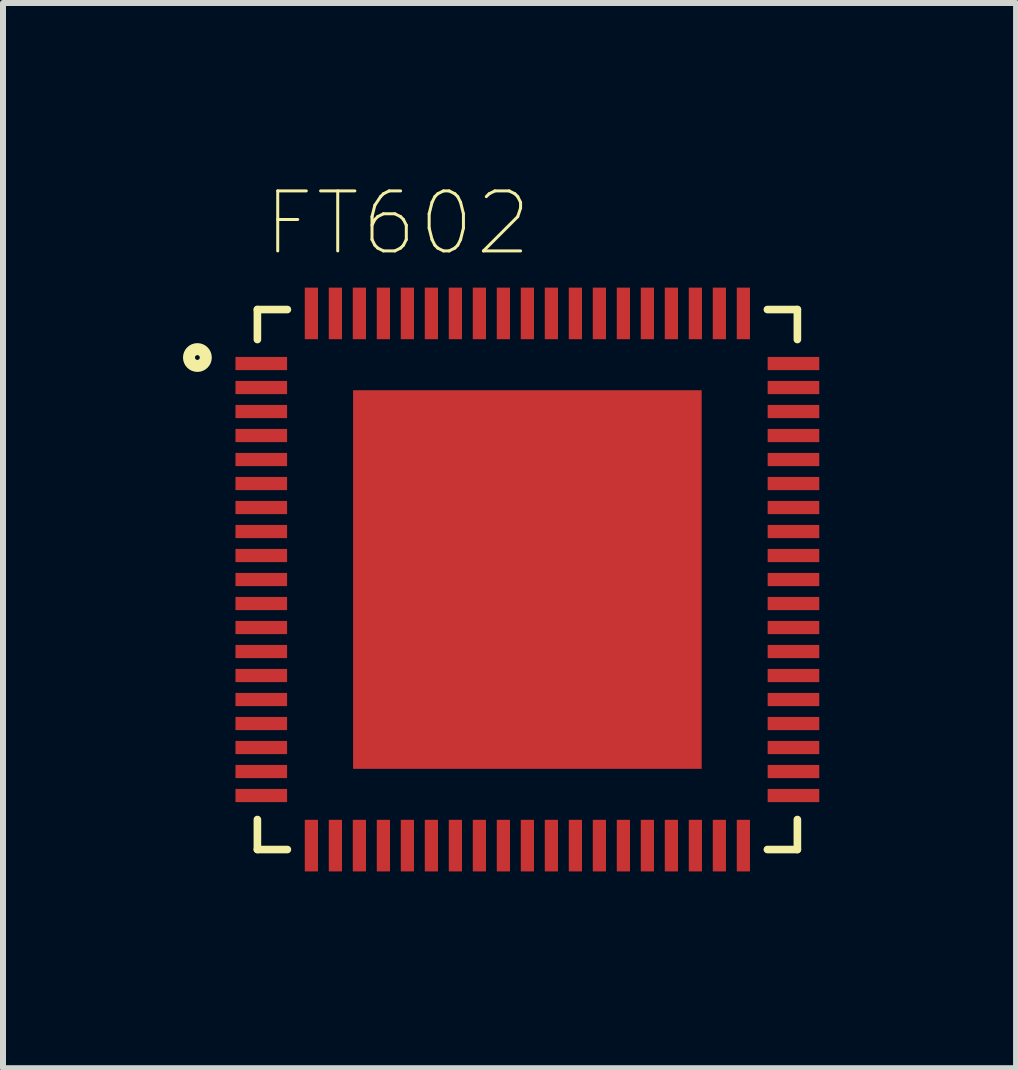
<source format=kicad_pcb>
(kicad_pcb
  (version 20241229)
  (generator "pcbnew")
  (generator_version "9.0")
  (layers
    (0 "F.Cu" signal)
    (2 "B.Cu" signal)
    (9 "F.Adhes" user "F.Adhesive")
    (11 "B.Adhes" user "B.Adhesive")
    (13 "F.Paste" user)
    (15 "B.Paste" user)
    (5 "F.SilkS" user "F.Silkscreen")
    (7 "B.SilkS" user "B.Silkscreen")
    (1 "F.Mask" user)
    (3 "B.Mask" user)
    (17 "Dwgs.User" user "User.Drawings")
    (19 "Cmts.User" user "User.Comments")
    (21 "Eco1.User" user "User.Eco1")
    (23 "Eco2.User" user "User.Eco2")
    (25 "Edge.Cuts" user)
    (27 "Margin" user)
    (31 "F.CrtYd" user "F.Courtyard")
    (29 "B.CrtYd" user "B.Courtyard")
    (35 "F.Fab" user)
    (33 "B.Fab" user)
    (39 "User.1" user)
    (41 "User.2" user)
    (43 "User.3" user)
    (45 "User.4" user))
  (footprint "FT602"
    (layer "F.Cu")
    (at 5.74 6.609)
    (property "Reference" "FT602" (at -2.161 -5.937 0) (layer "F.SilkS") (effects (font (size 1 1) (thickness 0.05))))
    (attr smd)
    (fp_line (start -4.5 -4.5) (end -4.5 -4) (stroke (width 0.127) (type solid)) (layer "F.SilkS"))
    (fp_line (start -4.5 4) (end -4.5 4.5) (stroke (width 0.127) (type solid)) (layer "F.SilkS"))
    (fp_line (start -4.5 4.5) (end -4 4.5) (stroke (width 0.127) (type solid)) (layer "F.SilkS"))
    (fp_line (start -4 -4.5) (end -4.5 -4.5) (stroke (width 0.127) (type solid)) (layer "F.SilkS"))
    (fp_line (start 4 -4.5) (end 4.5 -4.5) (stroke (width 0.127) (type solid)) (layer "F.SilkS"))
    (fp_line (start 4.5 -4.5) (end 4.5 -4) (stroke (width 0.127) (type solid)) (layer "F.SilkS"))
    (fp_line (start 4.5 4) (end 4.5 4.5) (stroke (width 0.127) (type solid)) (layer "F.SilkS"))
    (fp_line (start 4.5 4.5) (end 4 4.5) (stroke (width 0.127) (type solid)) (layer "F.SilkS"))
    (fp_circle (center -5.5 -3.7) (end -5.36 -3.7) (stroke (width 0.2) (type solid)) (fill no) (layer "F.SilkS"))
    (fp_poly (pts (xy -2.62 -2.855) (xy -1.265 -2.855) (xy -1.265 -1.348) (xy -2.62 -1.348)) (stroke (width 0) (type solid)) (fill yes) (layer "F.Paste"))
    (fp_poly (pts (xy -2.619 -0.755) (xy -1.265 -0.755) (xy -1.265 0.756) (xy -2.619 0.756)) (stroke (width 0) (type solid)) (fill yes) (layer "F.Paste"))
    (fp_poly (pts (xy -2.618 1.345) (xy -1.265 1.345) (xy -1.265 2.858) (xy -2.618 2.858)) (stroke (width 0) (type solid)) (fill yes) (layer "F.Paste"))
    (fp_poly (pts (xy -0.676 -0.755) (xy 0.675 -0.755) (xy 0.675 0.756) (xy -0.676 0.756)) (stroke (width 0) (type solid)) (fill yes) (layer "F.Paste"))
    (fp_poly (pts (xy -0.676 -2.855) (xy 0.675 -2.855) (xy 0.675 -1.347) (xy -0.676 -1.347)) (stroke (width 0) (type solid)) (fill yes) (layer "F.Paste"))
    (fp_poly (pts (xy -0.675 1.345) (xy 0.675 1.345) (xy 0.675 2.857) (xy -0.675 2.857)) (stroke (width 0) (type solid)) (fill yes) (layer "F.Paste"))
    (fp_poly (pts (xy 1.266 -0.755) (xy 2.615 -0.755) (xy 2.615 0.755) (xy 1.266 0.755)) (stroke (width 0) (type solid)) (fill yes) (layer "F.Paste"))
    (fp_poly (pts (xy 1.266 1.345) (xy 2.615 1.345) (xy 2.615 2.858) (xy 1.266 2.858)) (stroke (width 0) (type solid)) (fill yes) (layer "F.Paste"))
    (fp_poly (pts (xy 1.267 -2.855) (xy 2.615 -2.855) (xy 2.615 -1.347) (xy 1.267 -1.347)) (stroke (width 0) (type solid)) (fill yes) (layer "F.Paste"))
    (fp_line (start -5.12 -5.12) (end 5.12 -5.12) (stroke (width 0.05) (type solid)) (layer "Eco1.User"))
    (fp_line (start -5.12 5.12) (end -5.12 -5.12) (stroke (width 0.05) (type solid)) (layer "Eco1.User"))
    (fp_line (start 5.12 -5.12) (end 5.12 5.12) (stroke (width 0.05) (type solid)) (layer "Eco1.User"))
    (fp_line (start 5.12 5.12) (end -5.12 5.12) (stroke (width 0.05) (type solid)) (layer "Eco1.User"))
    (fp_line (start -4.5 -4.5) (end 4.5 -4.5) (stroke (width 0.127) (type solid)) (layer "Eco2.User"))
    (fp_line (start -4.5 4.5) (end -4.5 -4.5) (stroke (width 0.127) (type solid)) (layer "Eco2.User"))
    (fp_line (start 4.5 -4.5) (end 4.5 4.5) (stroke (width 0.127) (type solid)) (layer "Eco2.User"))
    (fp_line (start 4.5 4.5) (end -4.5 4.5) (stroke (width 0.127) (type solid)) (layer "Eco2.User"))
    (pad "1" smd rect (at -4.435 -3.6) (size 0.86 0.22) (layers "F.Cu" "F.Mask" "F.Paste"))
    (pad "2" smd rect (at -4.435 -3.2) (size 0.86 0.22) (layers "F.Cu" "F.Mask" "F.Paste"))
    (pad "3" smd rect (at -4.435 -2.8) (size 0.86 0.22) (layers "F.Cu" "F.Mask" "F.Paste"))
    (pad "4" smd rect (at -4.435 -2.4) (size 0.86 0.22) (layers "F.Cu" "F.Mask" "F.Paste"))
    (pad "5" smd rect (at -4.435 -2) (size 0.86 0.22) (layers "F.Cu" "F.Mask" "F.Paste"))
    (pad "6" smd rect (at -4.435 -1.6) (size 0.86 0.22) (layers "F.Cu" "F.Mask" "F.Paste"))
    (pad "7" smd rect (at -4.435 -1.2) (size 0.86 0.22) (layers "F.Cu" "F.Mask" "F.Paste"))
    (pad "8" smd rect (at -4.435 -0.8) (size 0.86 0.22) (layers "F.Cu" "F.Mask" "F.Paste"))
    (pad "9" smd rect (at -4.435 -0.4) (size 0.86 0.22) (layers "F.Cu" "F.Mask" "F.Paste"))
    (pad "10" smd rect (at -4.435 0) (size 0.86 0.22) (layers "F.Cu" "F.Mask" "F.Paste"))
    (pad "11" smd rect (at -4.435 0.4) (size 0.86 0.22) (layers "F.Cu" "F.Mask" "F.Paste"))
    (pad "12" smd rect (at -4.435 0.8) (size 0.86 0.22) (layers "F.Cu" "F.Mask" "F.Paste"))
    (pad "13" smd rect (at -4.435 1.2) (size 0.86 0.22) (layers "F.Cu" "F.Mask" "F.Paste"))
    (pad "14" smd rect (at -4.435 1.6) (size 0.86 0.22) (layers "F.Cu" "F.Mask" "F.Paste"))
    (pad "15" smd rect (at -4.435 2) (size 0.86 0.22) (layers "F.Cu" "F.Mask" "F.Paste"))
    (pad "16" smd rect (at -4.435 2.4) (size 0.86 0.22) (layers "F.Cu" "F.Mask" "F.Paste"))
    (pad "17" smd rect (at -4.435 2.8) (size 0.86 0.22) (layers "F.Cu" "F.Mask" "F.Paste"))
    (pad "18" smd rect (at -4.435 3.2) (size 0.86 0.22) (layers "F.Cu" "F.Mask" "F.Paste"))
    (pad "19" smd rect (at -4.435 3.6) (size 0.86 0.22) (layers "F.Cu" "F.Mask" "F.Paste"))
    (pad "20" smd rect (at -3.6 4.435 90) (size 0.86 0.22) (layers "F.Cu" "F.Mask" "F.Paste"))
    (pad "21" smd rect (at -3.2 4.435 90) (size 0.86 0.22) (layers "F.Cu" "F.Mask" "F.Paste"))
    (pad "22" smd rect (at -2.8 4.435 90) (size 0.86 0.22) (layers "F.Cu" "F.Mask" "F.Paste"))
    (pad "23" smd rect (at -2.4 4.435 90) (size 0.86 0.22) (layers "F.Cu" "F.Mask" "F.Paste"))
    (pad "24" smd rect (at -2 4.435 90) (size 0.86 0.22) (layers "F.Cu" "F.Mask" "F.Paste"))
    (pad "25" smd rect (at -1.6 4.435 90) (size 0.86 0.22) (layers "F.Cu" "F.Mask" "F.Paste"))
    (pad "26" smd rect (at -1.2 4.435 90) (size 0.86 0.22) (layers "F.Cu" "F.Mask" "F.Paste"))
    (pad "27" smd rect (at -0.8 4.435 90) (size 0.86 0.22) (layers "F.Cu" "F.Mask" "F.Paste"))
    (pad "28" smd rect (at -0.4 4.435 90) (size 0.86 0.22) (layers "F.Cu" "F.Mask" "F.Paste"))
    (pad "29" smd rect (at 0 4.435 90) (size 0.86 0.22) (layers "F.Cu" "F.Mask" "F.Paste"))
    (pad "30" smd rect (at 0.4 4.435 90) (size 0.86 0.22) (layers "F.Cu" "F.Mask" "F.Paste"))
    (pad "31" smd rect (at 0.8 4.435 90) (size 0.86 0.22) (layers "F.Cu" "F.Mask" "F.Paste"))
    (pad "32" smd rect (at 1.2 4.435 90) (size 0.86 0.22) (layers "F.Cu" "F.Mask" "F.Paste"))
    (pad "33" smd rect (at 1.6 4.435 90) (size 0.86 0.22) (layers "F.Cu" "F.Mask" "F.Paste"))
    (pad "34" smd rect (at 2 4.435 90) (size 0.86 0.22) (layers "F.Cu" "F.Mask" "F.Paste"))
    (pad "35" smd rect (at 2.4 4.435 90) (size 0.86 0.22) (layers "F.Cu" "F.Mask" "F.Paste"))
    (pad "36" smd rect (at 2.8 4.435 90) (size 0.86 0.22) (layers "F.Cu" "F.Mask" "F.Paste"))
    (pad "37" smd rect (at 3.2 4.435 90) (size 0.86 0.22) (layers "F.Cu" "F.Mask" "F.Paste"))
    (pad "38" smd rect (at 3.6 4.435 90) (size 0.86 0.22) (layers "F.Cu" "F.Mask" "F.Paste"))
    (pad "39" smd rect (at 4.435 3.6 180) (size 0.86 0.22) (layers "F.Cu" "F.Mask" "F.Paste"))
    (pad "40" smd rect (at 4.435 3.2 180) (size 0.86 0.22) (layers "F.Cu" "F.Mask" "F.Paste"))
    (pad "41" smd rect (at 4.435 2.8 180) (size 0.86 0.22) (layers "F.Cu" "F.Mask" "F.Paste"))
    (pad "42" smd rect (at 4.435 2.4 180) (size 0.86 0.22) (layers "F.Cu" "F.Mask" "F.Paste"))
    (pad "43" smd rect (at 4.435 2 180) (size 0.86 0.22) (layers "F.Cu" "F.Mask" "F.Paste"))
    (pad "44" smd rect (at 4.435 1.6 180) (size 0.86 0.22) (layers "F.Cu" "F.Mask" "F.Paste"))
    (pad "45" smd rect (at 4.435 1.2 180) (size 0.86 0.22) (layers "F.Cu" "F.Mask" "F.Paste"))
    (pad "46" smd rect (at 4.435 0.8 180) (size 0.86 0.22) (layers "F.Cu" "F.Mask" "F.Paste"))
    (pad "47" smd rect (at 4.435 0.4 180) (size 0.86 0.22) (layers "F.Cu" "F.Mask" "F.Paste"))
    (pad "48" smd rect (at 4.435 0 180) (size 0.86 0.22) (layers "F.Cu" "F.Mask" "F.Paste"))
    (pad "49" smd rect (at 4.435 -0.4 180) (size 0.86 0.22) (layers "F.Cu" "F.Mask" "F.Paste"))
    (pad "50" smd rect (at 4.435 -0.8 180) (size 0.86 0.22) (layers "F.Cu" "F.Mask" "F.Paste"))
    (pad "51" smd rect (at 4.435 -1.2 180) (size 0.86 0.22) (layers "F.Cu" "F.Mask" "F.Paste"))
    (pad "52" smd rect (at 4.435 -1.6 180) (size 0.86 0.22) (layers "F.Cu" "F.Mask" "F.Paste"))
    (pad "53" smd rect (at 4.435 -2 180) (size 0.86 0.22) (layers "F.Cu" "F.Mask" "F.Paste"))
    (pad "54" smd rect (at 4.435 -2.4 180) (size 0.86 0.22) (layers "F.Cu" "F.Mask" "F.Paste"))
    (pad "55" smd rect (at 4.435 -2.8 180) (size 0.86 0.22) (layers "F.Cu" "F.Mask" "F.Paste"))
    (pad "56" smd rect (at 4.435 -3.2 180) (size 0.86 0.22) (layers "F.Cu" "F.Mask" "F.Paste"))
    (pad "57" smd rect (at 4.435 -3.6 180) (size 0.86 0.22) (layers "F.Cu" "F.Mask" "F.Paste"))
    (pad "58" smd rect (at 3.6 -4.435 270) (size 0.86 0.22) (layers "F.Cu" "F.Mask" "F.Paste"))
    (pad "59" smd rect (at 3.2 -4.435 270) (size 0.86 0.22) (layers "F.Cu" "F.Mask" "F.Paste"))
    (pad "60" smd rect (at 2.8 -4.435 270) (size 0.86 0.22) (layers "F.Cu" "F.Mask" "F.Paste"))
    (pad "61" smd rect (at 2.4 -4.435 270) (size 0.86 0.22) (layers "F.Cu" "F.Mask" "F.Paste"))
    (pad "62" smd rect (at 2 -4.435 270) (size 0.86 0.22) (layers "F.Cu" "F.Mask" "F.Paste"))
    (pad "63" smd rect (at 1.6 -4.435 270) (size 0.86 0.22) (layers "F.Cu" "F.Mask" "F.Paste"))
    (pad "64" smd rect (at 1.2 -4.435 270) (size 0.86 0.22) (layers "F.Cu" "F.Mask" "F.Paste"))
    (pad "65" smd rect (at 0.8 -4.435 270) (size 0.86 0.22) (layers "F.Cu" "F.Mask" "F.Paste"))
    (pad "66" smd rect (at 0.4 -4.435 270) (size 0.86 0.22) (layers "F.Cu" "F.Mask" "F.Paste"))
    (pad "67" smd rect (at 0 -4.435 270) (size 0.86 0.22) (layers "F.Cu" "F.Mask" "F.Paste"))
    (pad "68" smd rect (at -0.4 -4.435 270) (size 0.86 0.22) (layers "F.Cu" "F.Mask" "F.Paste"))
    (pad "69" smd rect (at -0.8 -4.435 270) (size 0.86 0.22) (layers "F.Cu" "F.Mask" "F.Paste"))
    (pad "70" smd rect (at -1.2 -4.435 270) (size 0.86 0.22) (layers "F.Cu" "F.Mask" "F.Paste"))
    (pad "71" smd rect (at -1.6 -4.435 270) (size 0.86 0.22) (layers "F.Cu" "F.Mask" "F.Paste"))
    (pad "72" smd rect (at -2 -4.435 270) (size 0.86 0.22) (layers "F.Cu" "F.Mask" "F.Paste"))
    (pad "73" smd rect (at -2.4 -4.435 270) (size 0.86 0.22) (layers "F.Cu" "F.Mask" "F.Paste"))
    (pad "74" smd rect (at -2.8 -4.435 270) (size 0.86 0.22) (layers "F.Cu" "F.Mask" "F.Paste"))
    (pad "75" smd rect (at -3.2 -4.435 270) (size 0.86 0.22) (layers "F.Cu" "F.Mask" "F.Paste"))
    (pad "76" smd rect (at -3.6 -4.435 270) (size 0.86 0.22) (layers "F.Cu" "F.Mask" "F.Paste"))
    (pad "77" smd rect (at 0 0) (size 5.81 6.31) (layers "F.Cu" "F.Mask" "F.Paste")))
  (gr_rect
    (start -3 -3)
    (end 13.885 14.754)
    (stroke (width 0.1) (type default))
    (fill no)
    (layer "Edge.Cuts")))
</source>
